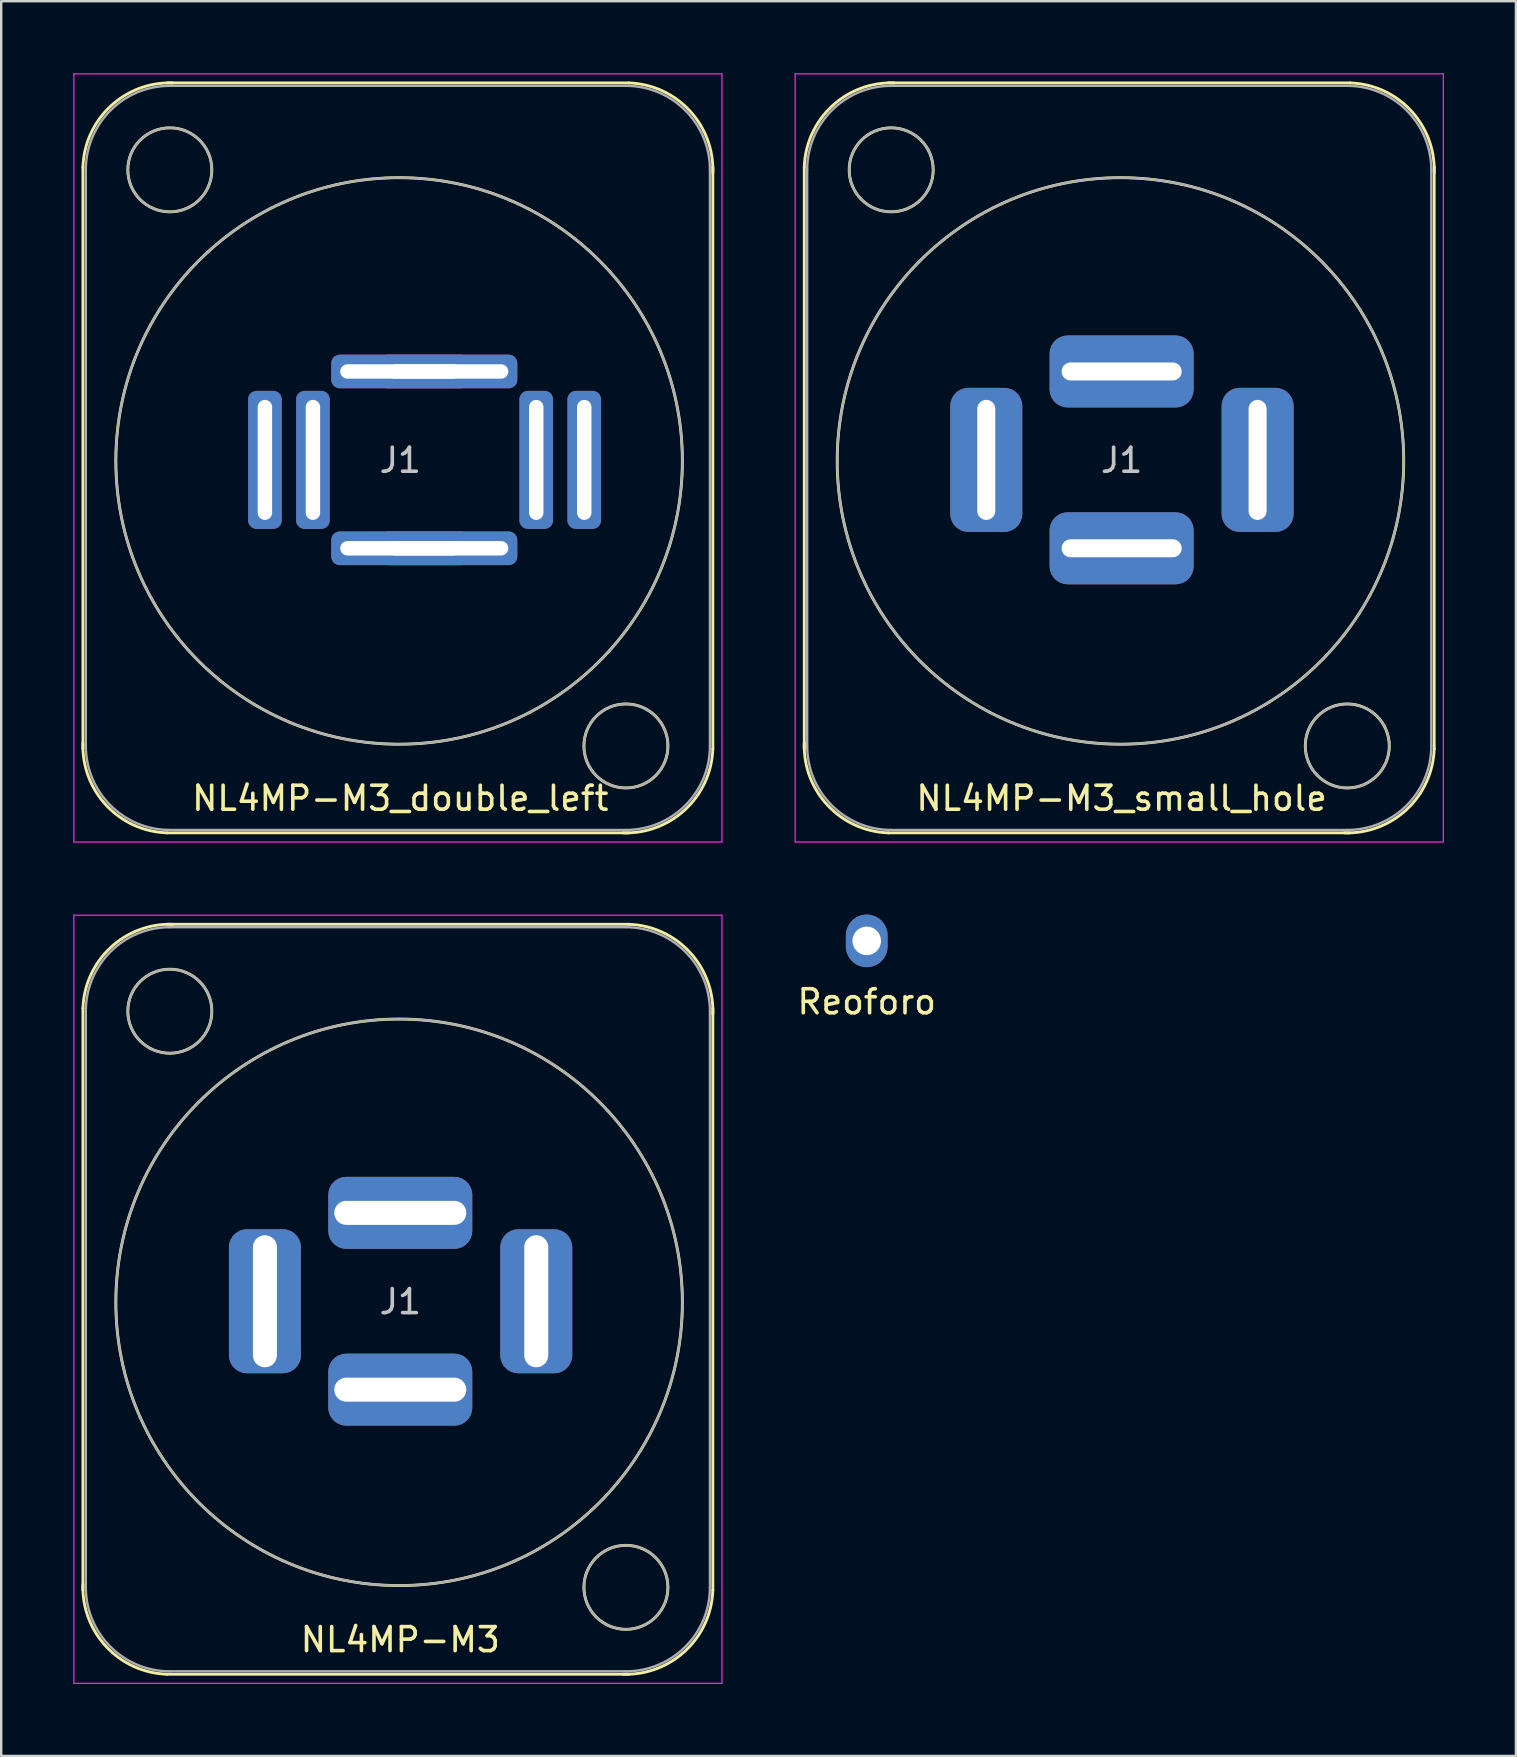
<source format=kicad_pcb>
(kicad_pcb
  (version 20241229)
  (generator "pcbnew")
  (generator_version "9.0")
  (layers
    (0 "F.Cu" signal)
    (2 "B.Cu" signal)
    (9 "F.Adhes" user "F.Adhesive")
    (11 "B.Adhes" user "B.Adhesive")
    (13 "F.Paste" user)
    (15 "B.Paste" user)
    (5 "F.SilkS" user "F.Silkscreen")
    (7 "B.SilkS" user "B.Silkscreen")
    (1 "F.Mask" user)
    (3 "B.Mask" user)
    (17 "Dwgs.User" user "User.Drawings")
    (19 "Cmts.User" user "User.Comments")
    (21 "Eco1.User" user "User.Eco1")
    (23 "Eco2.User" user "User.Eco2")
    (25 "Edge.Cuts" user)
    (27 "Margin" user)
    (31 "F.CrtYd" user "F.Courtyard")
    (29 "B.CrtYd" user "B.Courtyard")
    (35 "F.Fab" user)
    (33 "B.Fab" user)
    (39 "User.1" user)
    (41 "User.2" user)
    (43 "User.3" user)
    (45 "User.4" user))
  (footprint "NL4MP-M3_small_hole"
    (layer "F.Cu")
    (at 43.675 12.425)
    (property "Reference" "NL4MP-M3_small_hole" (at 0 17.78 0) (layer "F.SilkS") (effects (font (size 1 1) (thickness 0.15))))
    (attr through_hole)
    (fp_line (start -13.22 15.72) (end -13.22 -8.52) (stroke (width 0.12) (type solid)) (layer "F.SilkS"))
    (fp_line (start -9.72 -12.02) (end 9.52 -12.02) (stroke (width 0.12) (type solid)) (layer "F.SilkS"))
    (fp_line (start -9.72 19.22) (end 9.52 19.22) (stroke (width 0.12) (type solid)) (layer "F.SilkS"))
    (fp_line (start 13.02 15.72) (end 13.02 -8.52) (stroke (width 0.12) (type solid)) (layer "F.SilkS"))
    (fp_arc (start -13.22 -8.52) (mid -12.074874 -11.044579) (end -9.48 -12.02) (stroke (width 0.12) (type solid)) (layer "F.SilkS"))
    (fp_arc (start -9.72 19.22) (mid -12.244579 18.074874) (end -13.22 15.48) (stroke (width 0.12) (type solid)) (layer "F.SilkS"))
    (fp_arc (start 9.52 -12.02) (mid 12.044579 -10.874874) (end 13.02 -8.28) (stroke (width 0.12) (type solid)) (layer "F.SilkS"))
    (fp_arc (start 13.02 15.72) (mid 11.874874 18.244579) (end 9.28 19.22) (stroke (width 0.12) (type solid)) (layer "F.SilkS"))
    (fp_circle (center -9.6 -8.4) (end -7.85 -8.4) (stroke (width 0.12) (type solid)) (fill no) (layer "F.SilkS"))
    (fp_circle (center -0.049 3.727) (end 11.751 3.727) (stroke (width 0.12) (type solid)) (fill no) (layer "F.SilkS"))
    (fp_circle (center 9.4 15.6) (end 11.15 15.6) (stroke (width 0.12) (type solid)) (fill no) (layer "F.SilkS"))
    (fp_line (start -13.6 -12.4) (end 13.4 -12.4) (stroke (width 0.05) (type solid)) (layer "F.CrtYd"))
    (fp_line (start -13.6 19.6) (end -13.6 -12.4) (stroke (width 0.05) (type solid)) (layer "F.CrtYd"))
    (fp_line (start -13.6 19.6) (end 13.4 19.6) (stroke (width 0.05) (type solid)) (layer "F.CrtYd"))
    (fp_line (start 13.4 19.6) (end 13.4 -12.4) (stroke (width 0.05) (type solid)) (layer "F.CrtYd"))
    (fp_line (start -13.1 15.6) (end -13.1 -8.4) (stroke (width 0.1) (type solid)) (layer "F.Fab"))
    (fp_line (start -9.6 -11.9) (end 9.4 -11.9) (stroke (width 0.1) (type solid)) (layer "F.Fab"))
    (fp_line (start -9.6 19.1) (end 9.4 19.1) (stroke (width 0.1) (type solid)) (layer "F.Fab"))
    (fp_line (start 12.9 15.6) (end 12.9 -8.4) (stroke (width 0.1) (type solid)) (layer "F.Fab"))
    (fp_arc (start -13.1 -8.4) (mid -12.074874 -10.874874) (end -9.6 -11.9) (stroke (width 0.1) (type solid)) (layer "F.Fab"))
    (fp_arc (start -9.6 19.1) (mid -12.074874 18.074874) (end -13.1 15.6) (stroke (width 0.1) (type solid)) (layer "F.Fab"))
    (fp_arc (start 9.4 -11.9) (mid 11.874874 -10.874874) (end 12.9 -8.4) (stroke (width 0.1) (type solid)) (layer "F.Fab"))
    (fp_arc (start 12.9 15.6) (mid 11.874874 18.074874) (end 9.4 19.1) (stroke (width 0.1) (type solid)) (layer "F.Fab"))
    (fp_circle (center -9.6 -8.4) (end -7.85 -8.4) (stroke (width 0.1) (type solid)) (fill no) (layer "F.Fab"))
    (fp_circle (center -0.049 3.727) (end 11.751 3.727) (stroke (width 0.1) (type solid)) (fill no) (layer "F.Fab"))
    (fp_circle (center 9.4 15.6) (end 7.65 15.6) (stroke (width 0.1) (type solid)) (fill no) (layer "F.Fab"))
    (fp_text user "J1" (at 0 3.7 0) (layer "Dwgs.User") (effects (font (size 1 1) (thickness 0.15))))
    (pad "1+" thru_hole roundrect (at 0 0 90) (size 3 6) (drill oval 0.75 5) (layers "*.Cu" "*.Mask") (roundrect_rratio 0.25))
    (pad "1-" thru_hole roundrect (at -5.639 3.683 180) (size 3 6) (drill oval 0.75 5) (layers "*.Cu" "*.Mask") (roundrect_rratio 0.25))
    (pad "2+" thru_hole roundrect (at 0 7.366 270) (size 3 6) (drill oval 0.75 5) (layers "*.Cu" "*.Mask") (roundrect_rratio 0.25))
    (pad "2-" thru_hole roundrect (at 5.664 3.683 180) (size 3 6) (drill oval 0.75 5) (layers "*.Cu" "*.Mask") (roundrect_rratio 0.25)))
  (footprint "NL4MP-M3"
    (layer "F.Cu")
    (at 13.625 47.475)
    (property "Reference" "NL4MP-M3" (at 0 17.78 0) (layer "F.SilkS") (effects (font (size 1 1) (thickness 0.15))))
    (attr through_hole)
    (fp_line (start -13.22 15.72) (end -13.22 -8.52) (stroke (width 0.12) (type solid)) (layer "F.SilkS"))
    (fp_line (start -9.72 -12.02) (end 9.52 -12.02) (stroke (width 0.12) (type solid)) (layer "F.SilkS"))
    (fp_line (start -9.72 19.22) (end 9.52 19.22) (stroke (width 0.12) (type solid)) (layer "F.SilkS"))
    (fp_line (start 13.02 15.72) (end 13.02 -8.52) (stroke (width 0.12) (type solid)) (layer "F.SilkS"))
    (fp_arc (start -13.22 -8.52) (mid -12.074874 -11.044579) (end -9.48 -12.02) (stroke (width 0.12) (type solid)) (layer "F.SilkS"))
    (fp_arc (start -9.72 19.22) (mid -12.244579 18.074874) (end -13.22 15.48) (stroke (width 0.12) (type solid)) (layer "F.SilkS"))
    (fp_arc (start 9.52 -12.02) (mid 12.044579 -10.874874) (end 13.02 -8.28) (stroke (width 0.12) (type solid)) (layer "F.SilkS"))
    (fp_arc (start 13.02 15.72) (mid 11.874874 18.244579) (end 9.28 19.22) (stroke (width 0.12) (type solid)) (layer "F.SilkS"))
    (fp_circle (center -9.6 -8.4) (end -7.85 -8.4) (stroke (width 0.12) (type solid)) (fill no) (layer "F.SilkS"))
    (fp_circle (center -0.049 3.727) (end 11.751 3.727) (stroke (width 0.12) (type solid)) (fill no) (layer "F.SilkS"))
    (fp_circle (center 9.4 15.6) (end 11.15 15.6) (stroke (width 0.12) (type solid)) (fill no) (layer "F.SilkS"))
    (fp_line (start -13.6 -12.4) (end 13.4 -12.4) (stroke (width 0.05) (type solid)) (layer "F.CrtYd"))
    (fp_line (start -13.6 19.6) (end -13.6 -12.4) (stroke (width 0.05) (type solid)) (layer "F.CrtYd"))
    (fp_line (start -13.6 19.6) (end 13.4 19.6) (stroke (width 0.05) (type solid)) (layer "F.CrtYd"))
    (fp_line (start 13.4 19.6) (end 13.4 -12.4) (stroke (width 0.05) (type solid)) (layer "F.CrtYd"))
    (fp_line (start -13.1 15.6) (end -13.1 -8.4) (stroke (width 0.1) (type solid)) (layer "F.Fab"))
    (fp_line (start -9.6 -11.9) (end 9.4 -11.9) (stroke (width 0.1) (type solid)) (layer "F.Fab"))
    (fp_line (start -9.6 19.1) (end 9.4 19.1) (stroke (width 0.1) (type solid)) (layer "F.Fab"))
    (fp_line (start 12.9 15.6) (end 12.9 -8.4) (stroke (width 0.1) (type solid)) (layer "F.Fab"))
    (fp_arc (start -13.1 -8.4) (mid -12.074874 -10.874874) (end -9.6 -11.9) (stroke (width 0.1) (type solid)) (layer "F.Fab"))
    (fp_arc (start -9.6 19.1) (mid -12.074874 18.074874) (end -13.1 15.6) (stroke (width 0.1) (type solid)) (layer "F.Fab"))
    (fp_arc (start 9.4 -11.9) (mid 11.874874 -10.874874) (end 12.9 -8.4) (stroke (width 0.1) (type solid)) (layer "F.Fab"))
    (fp_arc (start 12.9 15.6) (mid 11.874874 18.074874) (end 9.4 19.1) (stroke (width 0.1) (type solid)) (layer "F.Fab"))
    (fp_circle (center -9.6 -8.4) (end -7.85 -8.4) (stroke (width 0.1) (type solid)) (fill no) (layer "F.Fab"))
    (fp_circle (center -0.049 3.727) (end 11.751 3.727) (stroke (width 0.1) (type solid)) (fill no) (layer "F.Fab"))
    (fp_circle (center 9.4 15.6) (end 7.65 15.6) (stroke (width 0.1) (type solid)) (fill no) (layer "F.Fab"))
    (fp_text user "J1" (at 0 3.7 0) (layer "Dwgs.User") (effects (font (size 1 1) (thickness 0.15))))
    (pad "1+" thru_hole roundrect (at 0 0 90) (size 3 6) (drill oval 1 5.5) (layers "*.Cu" "*.Mask") (roundrect_rratio 0.25))
    (pad "1-" thru_hole roundrect (at -5.639 3.683 180) (size 3 6) (drill oval 1 5.5) (layers "*.Cu" "*.Mask") (roundrect_rratio 0.25))
    (pad "2+" thru_hole roundrect (at 0 7.366 270) (size 3 6) (drill oval 1 5.5) (layers "*.Cu" "*.Mask") (roundrect_rratio 0.25))
    (pad "2-" thru_hole roundrect (at 5.664 3.683 180) (size 3 6) (drill oval 1 5.5) (layers "*.Cu" "*.Mask") (roundrect_rratio 0.25)))
  (footprint "Reoforo"
    (layer "F.Cu")
    (at 33.056 36.145)
    (property "Reference" "Reoforo" (at 0 2.54 0) (layer "F.SilkS") (effects (font (size 1 1) (thickness 0.15))))
    (attr through_hole)
    (pad "1" thru_hole oval (at 0 0) (size 1.74 2.19) (drill 1.19) (layers "*.Cu" "*.Mask")))
  (footprint "NL4MP-M3_double_left"
    (layer "F.Cu")
    (at 13.625 12.425)
    (property "Reference" "NL4MP-M3_double_left" (at 0 17.78 0) (layer "F.SilkS") (effects (font (size 1 1) (thickness 0.15))))
    (attr through_hole)
    (fp_line (start -13.22 15.72) (end -13.22 -8.52) (stroke (width 0.12) (type solid)) (layer "F.SilkS"))
    (fp_line (start -9.72 -12.02) (end 9.52 -12.02) (stroke (width 0.12) (type solid)) (layer "F.SilkS"))
    (fp_line (start -9.72 19.22) (end 9.52 19.22) (stroke (width 0.12) (type solid)) (layer "F.SilkS"))
    (fp_line (start 13.02 15.72) (end 13.02 -8.52) (stroke (width 0.12) (type solid)) (layer "F.SilkS"))
    (fp_arc (start -13.22 -8.52) (mid -12.074874 -11.044579) (end -9.48 -12.02) (stroke (width 0.12) (type solid)) (layer "F.SilkS"))
    (fp_arc (start -9.72 19.22) (mid -12.244579 18.074874) (end -13.22 15.48) (stroke (width 0.12) (type solid)) (layer "F.SilkS"))
    (fp_arc (start 9.52 -12.02) (mid 12.044579 -10.874874) (end 13.02 -8.28) (stroke (width 0.12) (type solid)) (layer "F.SilkS"))
    (fp_arc (start 13.02 15.72) (mid 11.874874 18.244579) (end 9.28 19.22) (stroke (width 0.12) (type solid)) (layer "F.SilkS"))
    (fp_circle (center -9.6 -8.4) (end -7.85 -8.4) (stroke (width 0.12) (type solid)) (fill no) (layer "F.SilkS"))
    (fp_circle (center -0.049 3.727) (end 11.751 3.727) (stroke (width 0.12) (type solid)) (fill no) (layer "F.SilkS"))
    (fp_circle (center 9.4 15.6) (end 11.15 15.6) (stroke (width 0.12) (type solid)) (fill no) (layer "F.SilkS"))
    (fp_line (start -13.6 -12.4) (end 13.4 -12.4) (stroke (width 0.05) (type solid)) (layer "F.CrtYd"))
    (fp_line (start -13.6 19.6) (end -13.6 -12.4) (stroke (width 0.05) (type solid)) (layer "F.CrtYd"))
    (fp_line (start -13.6 19.6) (end 13.4 19.6) (stroke (width 0.05) (type solid)) (layer "F.CrtYd"))
    (fp_line (start 13.4 19.6) (end 13.4 -12.4) (stroke (width 0.05) (type solid)) (layer "F.CrtYd"))
    (fp_line (start -13.1 15.6) (end -13.1 -8.4) (stroke (width 0.1) (type solid)) (layer "F.Fab"))
    (fp_line (start -9.6 -11.9) (end 9.4 -11.9) (stroke (width 0.1) (type solid)) (layer "F.Fab"))
    (fp_line (start -9.6 19.1) (end 9.4 19.1) (stroke (width 0.1) (type solid)) (layer "F.Fab"))
    (fp_line (start 12.9 15.6) (end 12.9 -8.4) (stroke (width 0.1) (type solid)) (layer "F.Fab"))
    (fp_arc (start -13.1 -8.4) (mid -12.074874 -10.874874) (end -9.6 -11.9) (stroke (width 0.1) (type solid)) (layer "F.Fab"))
    (fp_arc (start -9.6 19.1) (mid -12.074874 18.074874) (end -13.1 15.6) (stroke (width 0.1) (type solid)) (layer "F.Fab"))
    (fp_arc (start 9.4 -11.9) (mid 11.874874 -10.874874) (end 12.9 -8.4) (stroke (width 0.1) (type solid)) (layer "F.Fab"))
    (fp_arc (start 12.9 15.6) (mid 11.874874 18.074874) (end 9.4 19.1) (stroke (width 0.1) (type solid)) (layer "F.Fab"))
    (fp_circle (center -9.6 -8.4) (end -7.85 -8.4) (stroke (width 0.1) (type solid)) (fill no) (layer "F.Fab"))
    (fp_circle (center -0.049 3.727) (end 11.751 3.727) (stroke (width 0.1) (type solid)) (fill no) (layer "F.Fab"))
    (fp_circle (center 9.4 15.6) (end 7.65 15.6) (stroke (width 0.1) (type solid)) (fill no) (layer "F.Fab"))
    (fp_text user "J1" (at 0 3.7 0) (layer "Dwgs.User") (effects (font (size 1 1) (thickness 0.15))))
    (pad "1+" thru_hole roundrect (at 0 0 90) (size 1.4 5.75) (drill oval 0.6 5) (layers "*.Cu" "*.Mask") (roundrect_rratio 0.25))
    (pad "1+" thru_hole roundrect (at 2 0 90) (size 1.4 5.75) (drill oval 0.6 5) (layers "*.Cu" "*.Mask") (roundrect_rratio 0.25))
    (pad "1-" thru_hole roundrect (at -5.639 3.683 180) (size 1.4 5.75) (drill oval 0.6 5) (layers "*.Cu" "*.Mask") (roundrect_rratio 0.25))
    (pad "1-" thru_hole roundrect (at -3.639 3.683 180) (size 1.4 5.75) (drill oval 0.6 5) (layers "*.Cu" "*.Mask") (roundrect_rratio 0.25))
    (pad "2+" thru_hole roundrect (at 0 7.366 270) (size 1.4 5.75) (drill oval 0.6 5) (layers "*.Cu" "*.Mask") (roundrect_rratio 0.25))
    (pad "2+" thru_hole roundrect (at 2 7.366 270) (size 1.4 5.75) (drill oval 0.6 5) (layers "*.Cu" "*.Mask") (roundrect_rratio 0.25))
    (pad "2-" thru_hole roundrect (at 5.664 3.683 180) (size 1.4 5.75) (drill oval 0.6 5) (layers "*.Cu" "*.Mask") (roundrect_rratio 0.25))
    (pad "2-" thru_hole roundrect (at 7.664 3.683 180) (size 1.4 5.75) (drill oval 0.6 5) (layers "*.Cu" "*.Mask") (roundrect_rratio 0.25)))
  (gr_rect
    (start -3 -3)
    (end 60.1 70.1)
    (stroke (width 0.1) (type default))
    (fill no)
    (layer "Edge.Cuts")))
</source>
